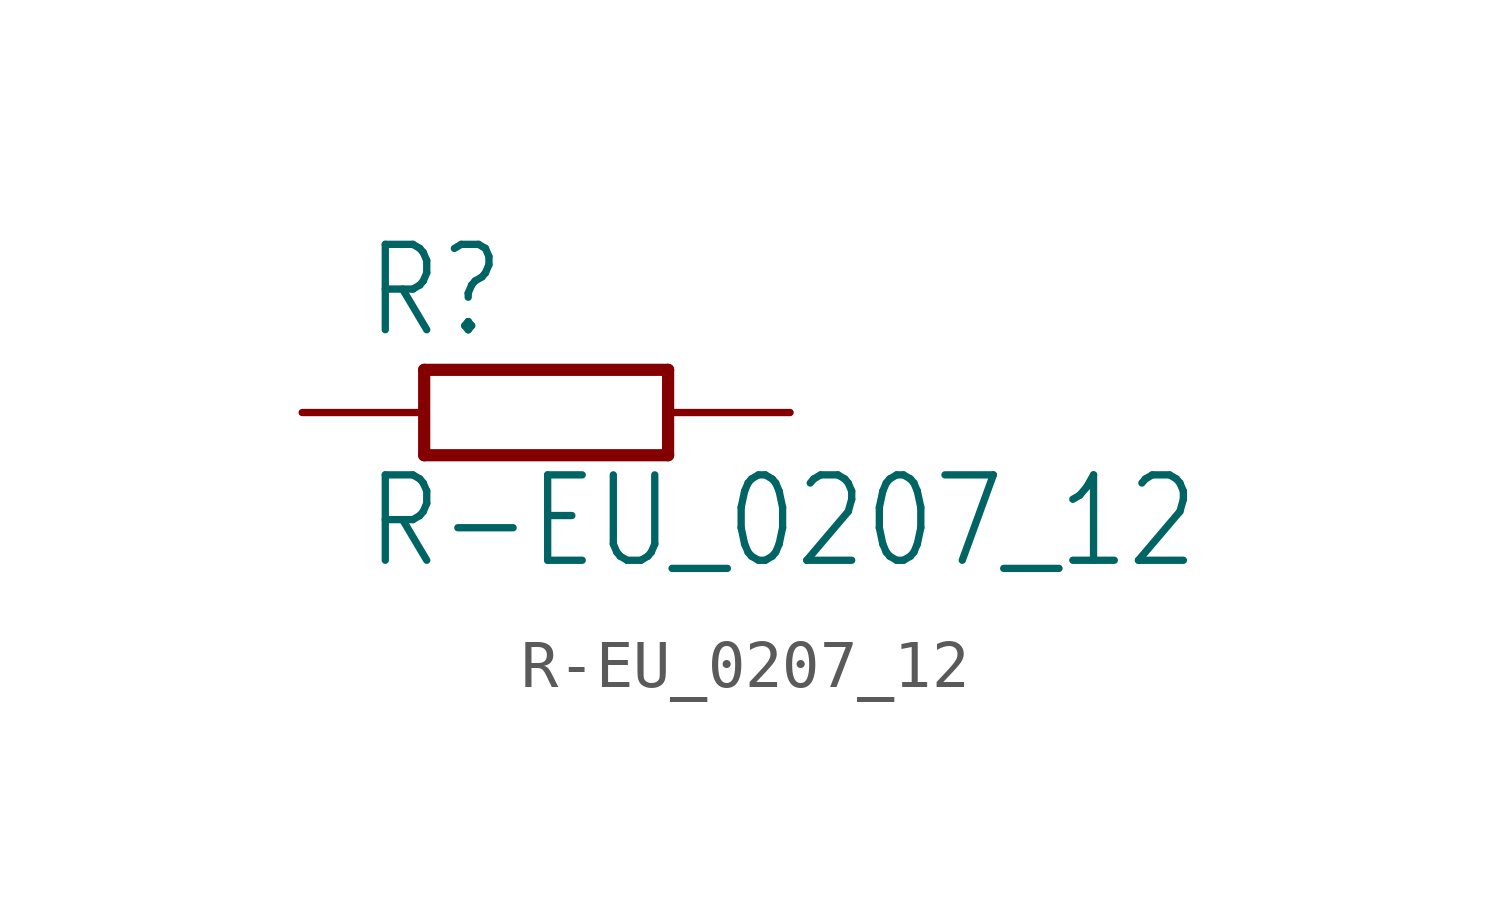
<source format=kicad_sym>
(kicad_symbol_lib
  (version 20201005)
  (generator kicad_symbol_editor)
  (symbol "R-EU_0207_12"
    (property "Reference" "R"
      (at -3.81 1.499 0)
      (effects (font (size 1.778 1.511)) (justify left bottom)))
    (property "Value" "R-EU_0207_12"
      (at -3.81 -3.302 0)
      (effects (font (size 1.778 1.511)) (justify left bottom)))
    (property "ki_locked" ""
      (at 0 0 0)
      (effects (font (size 1.27 1.27))))
    (symbol "R-EU_0207_12_1_0"
      (polyline (pts (xy -2.54 -0.889) (xy 2.54 -0.889)) (stroke (width 0.254)) (fill (type none)))
      (polyline (pts (xy 2.54 0.889) (xy -2.54 0.889)) (stroke (width 0.254)) (fill (type none)))
      (polyline (pts (xy 2.54 -0.889) (xy 2.54 0.889)) (stroke (width 0.254)) (fill (type none)))
      (polyline (pts (xy -2.54 -0.889) (xy -2.54 0.889)) (stroke (width 0.254)) (fill (type none)))
      (pin passive line (at 5.08 0 180) (length 2.54) (name "2" (effects (font (size 0 0)))) (number "2" (effects (font (size 0 0)))))
      (pin passive line (at -5.08 0 0) (length 2.54) (name "1" (effects (font (size 0 0)))) (number "1" (effects (font (size 0 0))))))))
</source>
